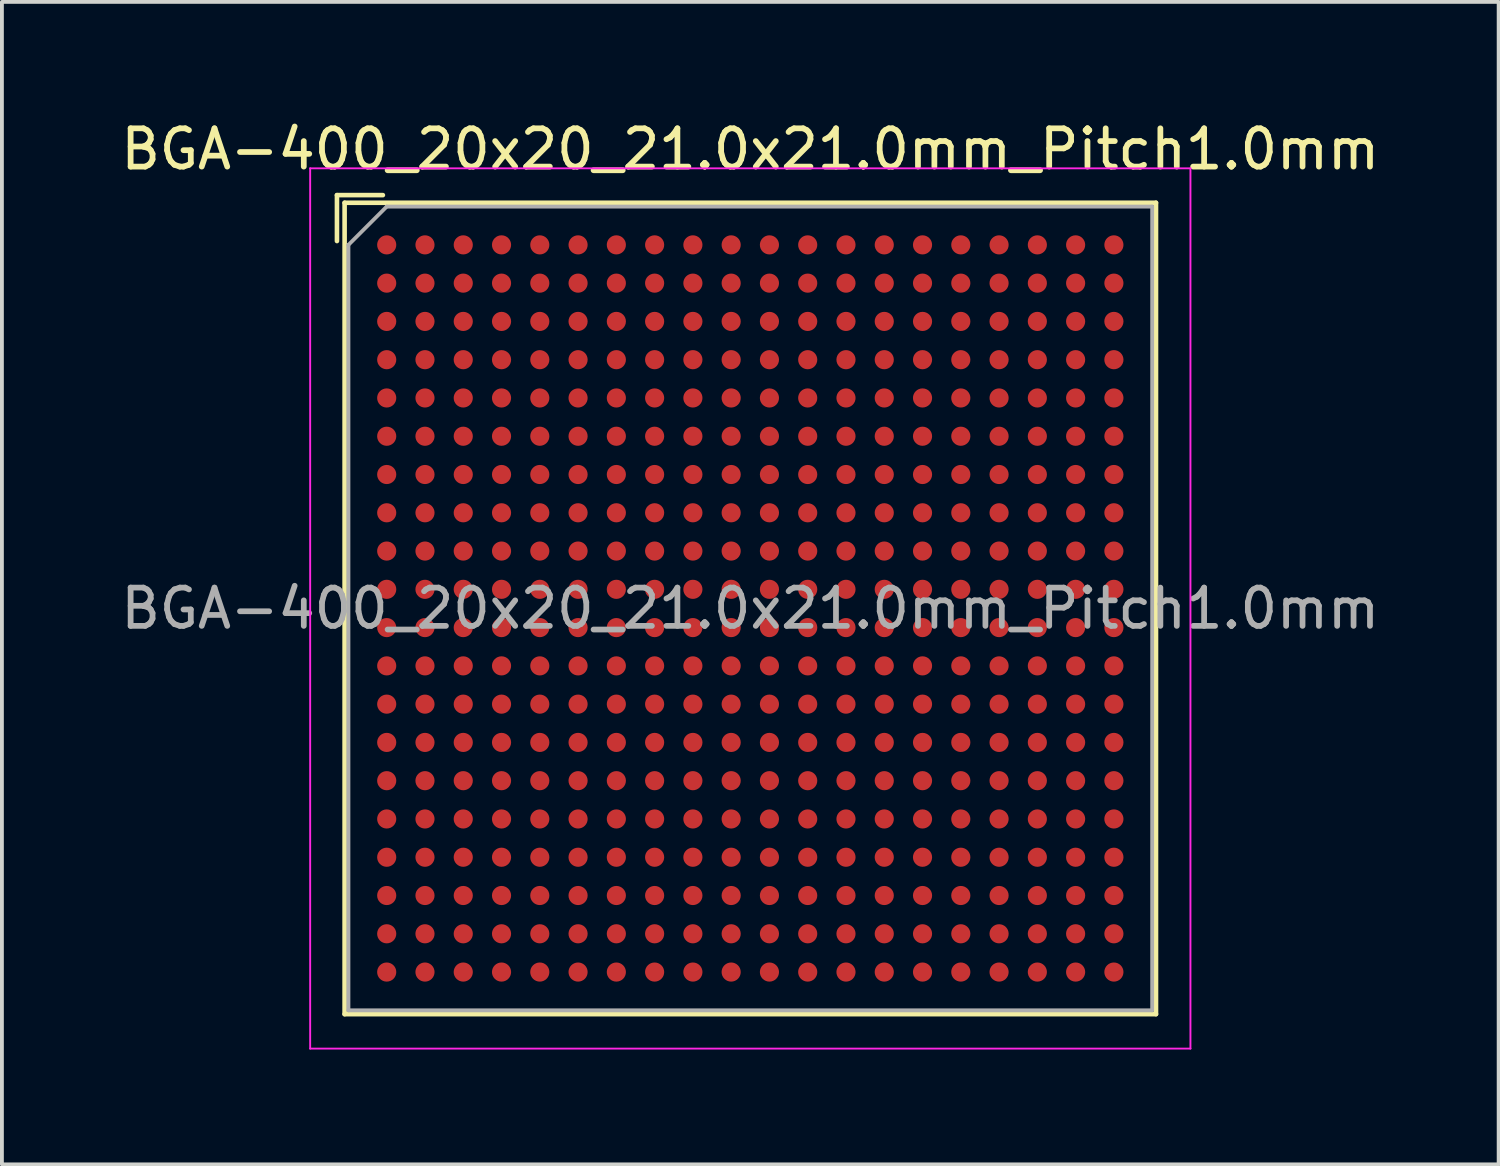
<source format=kicad_pcb>
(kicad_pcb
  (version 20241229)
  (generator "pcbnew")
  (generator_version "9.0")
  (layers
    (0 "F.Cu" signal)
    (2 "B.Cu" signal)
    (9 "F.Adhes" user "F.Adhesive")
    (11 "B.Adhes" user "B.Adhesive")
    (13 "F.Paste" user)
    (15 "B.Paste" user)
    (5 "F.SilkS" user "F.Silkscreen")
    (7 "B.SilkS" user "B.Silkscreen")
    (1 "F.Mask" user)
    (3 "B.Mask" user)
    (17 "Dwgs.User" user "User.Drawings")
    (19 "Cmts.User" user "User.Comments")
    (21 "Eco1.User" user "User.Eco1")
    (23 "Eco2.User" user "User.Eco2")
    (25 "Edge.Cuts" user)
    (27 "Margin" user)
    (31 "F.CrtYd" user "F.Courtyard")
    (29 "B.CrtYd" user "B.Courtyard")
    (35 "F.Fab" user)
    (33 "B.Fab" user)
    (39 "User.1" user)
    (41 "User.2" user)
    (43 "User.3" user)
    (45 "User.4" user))
  (footprint "BGA-400_20x20_21.0x21.0mm_Pitch1.0mm"
    (layer "F.Cu")
    (at 16.554 12.848)
    (property "Reference" "BGA-400_20x20_21.0x21.0mm_Pitch1.0mm" (at 0 -12 0) (layer "F.SilkS") (effects (font (size 1 1) (thickness 0.15))))
    (attr smd)
    (fp_line (start -10.8 -10.8) (end -9.6 -10.8) (stroke (width 0.12) (type solid)) (layer "F.SilkS"))
    (fp_line (start -10.8 -9.6) (end -10.8 -10.8) (stroke (width 0.12) (type solid)) (layer "F.SilkS"))
    (fp_line (start -10.6 -10.6) (end 10.6 -10.6) (stroke (width 0.12) (type solid)) (layer "F.SilkS"))
    (fp_line (start -10.6 10.6) (end -10.6 -10.6) (stroke (width 0.12) (type solid)) (layer "F.SilkS"))
    (fp_line (start 10.6 -10.6) (end 10.6 10.6) (stroke (width 0.12) (type solid)) (layer "F.SilkS"))
    (fp_line (start 10.6 10.6) (end -10.6 10.6) (stroke (width 0.12) (type solid)) (layer "F.SilkS"))
    (fp_line (start -11.5 -11.5) (end -11.5 11.5) (stroke (width 0.05) (type solid)) (layer "F.CrtYd"))
    (fp_line (start -11.5 -11.5) (end 11.5 -11.5) (stroke (width 0.05) (type solid)) (layer "F.CrtYd"))
    (fp_line (start 11.5 11.5) (end -11.5 11.5) (stroke (width 0.05) (type solid)) (layer "F.CrtYd"))
    (fp_line (start 11.5 11.5) (end 11.5 -11.5) (stroke (width 0.05) (type solid)) (layer "F.CrtYd"))
    (fp_line (start -10.5 -9.5) (end -9.5 -10.5) (stroke (width 0.1) (type solid)) (layer "F.Fab"))
    (fp_line (start -10.5 10.5) (end -10.5 -9.5) (stroke (width 0.1) (type solid)) (layer "F.Fab"))
    (fp_line (start -9.5 -10.5) (end 10.5 -10.5) (stroke (width 0.1) (type solid)) (layer "F.Fab"))
    (fp_line (start 10.5 -10.5) (end 10.5 10.5) (stroke (width 0.1) (type solid)) (layer "F.Fab"))
    (fp_line (start 10.5 10.5) (end -10.5 10.5) (stroke (width 0.1) (type solid)) (layer "F.Fab"))
    (fp_text user "${REFERENCE}" (at 0 0 0) (layer "F.Fab") (effects (font (size 1 1) (thickness 0.15))))
    (pad "A1" smd circle (at -9.5 -9.5) (size 0.5 0.5) (layers "F.Cu" "F.Mask" "F.Paste"))
    (pad "A2" smd circle (at -8.5 -9.5) (size 0.5 0.5) (layers "F.Cu" "F.Mask" "F.Paste"))
    (pad "A3" smd circle (at -7.5 -9.5) (size 0.5 0.5) (layers "F.Cu" "F.Mask" "F.Paste"))
    (pad "A4" smd circle (at -6.5 -9.5) (size 0.5 0.5) (layers "F.Cu" "F.Mask" "F.Paste"))
    (pad "A5" smd circle (at -5.5 -9.5) (size 0.5 0.5) (layers "F.Cu" "F.Mask" "F.Paste"))
    (pad "A6" smd circle (at -4.5 -9.5) (size 0.5 0.5) (layers "F.Cu" "F.Mask" "F.Paste"))
    (pad "A7" smd circle (at -3.5 -9.5) (size 0.5 0.5) (layers "F.Cu" "F.Mask" "F.Paste"))
    (pad "A8" smd circle (at -2.5 -9.5) (size 0.5 0.5) (layers "F.Cu" "F.Mask" "F.Paste"))
    (pad "A9" smd circle (at -1.5 -9.5) (size 0.5 0.5) (layers "F.Cu" "F.Mask" "F.Paste"))
    (pad "A10" smd circle (at -0.5 -9.5) (size 0.5 0.5) (layers "F.Cu" "F.Mask" "F.Paste"))
    (pad "A11" smd circle (at 0.5 -9.5) (size 0.5 0.5) (layers "F.Cu" "F.Mask" "F.Paste"))
    (pad "A12" smd circle (at 1.5 -9.5) (size 0.5 0.5) (layers "F.Cu" "F.Mask" "F.Paste"))
    (pad "A13" smd circle (at 2.5 -9.5) (size 0.5 0.5) (layers "F.Cu" "F.Mask" "F.Paste"))
    (pad "A14" smd circle (at 3.5 -9.5) (size 0.5 0.5) (layers "F.Cu" "F.Mask" "F.Paste"))
    (pad "A15" smd circle (at 4.5 -9.5) (size 0.5 0.5) (layers "F.Cu" "F.Mask" "F.Paste"))
    (pad "A16" smd circle (at 5.5 -9.5) (size 0.5 0.5) (layers "F.Cu" "F.Mask" "F.Paste"))
    (pad "A17" smd circle (at 6.5 -9.5) (size 0.5 0.5) (layers "F.Cu" "F.Mask" "F.Paste"))
    (pad "A18" smd circle (at 7.5 -9.5) (size 0.5 0.5) (layers "F.Cu" "F.Mask" "F.Paste"))
    (pad "A19" smd circle (at 8.5 -9.5) (size 0.5 0.5) (layers "F.Cu" "F.Mask" "F.Paste"))
    (pad "A20" smd circle (at 9.5 -9.5) (size 0.5 0.5) (layers "F.Cu" "F.Mask" "F.Paste"))
    (pad "B1" smd circle (at -9.5 -8.5) (size 0.5 0.5) (layers "F.Cu" "F.Mask" "F.Paste"))
    (pad "B2" smd circle (at -8.5 -8.5) (size 0.5 0.5) (layers "F.Cu" "F.Mask" "F.Paste"))
    (pad "B3" smd circle (at -7.5 -8.5) (size 0.5 0.5) (layers "F.Cu" "F.Mask" "F.Paste"))
    (pad "B4" smd circle (at -6.5 -8.5) (size 0.5 0.5) (layers "F.Cu" "F.Mask" "F.Paste"))
    (pad "B5" smd circle (at -5.5 -8.5) (size 0.5 0.5) (layers "F.Cu" "F.Mask" "F.Paste"))
    (pad "B6" smd circle (at -4.5 -8.5) (size 0.5 0.5) (layers "F.Cu" "F.Mask" "F.Paste"))
    (pad "B7" smd circle (at -3.5 -8.5) (size 0.5 0.5) (layers "F.Cu" "F.Mask" "F.Paste"))
    (pad "B8" smd circle (at -2.5 -8.5) (size 0.5 0.5) (layers "F.Cu" "F.Mask" "F.Paste"))
    (pad "B9" smd circle (at -1.5 -8.5) (size 0.5 0.5) (layers "F.Cu" "F.Mask" "F.Paste"))
    (pad "B10" smd circle (at -0.5 -8.5) (size 0.5 0.5) (layers "F.Cu" "F.Mask" "F.Paste"))
    (pad "B11" smd circle (at 0.5 -8.5) (size 0.5 0.5) (layers "F.Cu" "F.Mask" "F.Paste"))
    (pad "B12" smd circle (at 1.5 -8.5) (size 0.5 0.5) (layers "F.Cu" "F.Mask" "F.Paste"))
    (pad "B13" smd circle (at 2.5 -8.5) (size 0.5 0.5) (layers "F.Cu" "F.Mask" "F.Paste"))
    (pad "B14" smd circle (at 3.5 -8.5) (size 0.5 0.5) (layers "F.Cu" "F.Mask" "F.Paste"))
    (pad "B15" smd circle (at 4.5 -8.5) (size 0.5 0.5) (layers "F.Cu" "F.Mask" "F.Paste"))
    (pad "B16" smd circle (at 5.5 -8.5) (size 0.5 0.5) (layers "F.Cu" "F.Mask" "F.Paste"))
    (pad "B17" smd circle (at 6.5 -8.5) (size 0.5 0.5) (layers "F.Cu" "F.Mask" "F.Paste"))
    (pad "B18" smd circle (at 7.5 -8.5) (size 0.5 0.5) (layers "F.Cu" "F.Mask" "F.Paste"))
    (pad "B19" smd circle (at 8.5 -8.5) (size 0.5 0.5) (layers "F.Cu" "F.Mask" "F.Paste"))
    (pad "B20" smd circle (at 9.5 -8.5) (size 0.5 0.5) (layers "F.Cu" "F.Mask" "F.Paste"))
    (pad "C1" smd circle (at -9.5 -7.5) (size 0.5 0.5) (layers "F.Cu" "F.Mask" "F.Paste"))
    (pad "C2" smd circle (at -8.5 -7.5) (size 0.5 0.5) (layers "F.Cu" "F.Mask" "F.Paste"))
    (pad "C3" smd circle (at -7.5 -7.5) (size 0.5 0.5) (layers "F.Cu" "F.Mask" "F.Paste"))
    (pad "C4" smd circle (at -6.5 -7.5) (size 0.5 0.5) (layers "F.Cu" "F.Mask" "F.Paste"))
    (pad "C5" smd circle (at -5.5 -7.5) (size 0.5 0.5) (layers "F.Cu" "F.Mask" "F.Paste"))
    (pad "C6" smd circle (at -4.5 -7.5) (size 0.5 0.5) (layers "F.Cu" "F.Mask" "F.Paste"))
    (pad "C7" smd circle (at -3.5 -7.5) (size 0.5 0.5) (layers "F.Cu" "F.Mask" "F.Paste"))
    (pad "C8" smd circle (at -2.5 -7.5) (size 0.5 0.5) (layers "F.Cu" "F.Mask" "F.Paste"))
    (pad "C9" smd circle (at -1.5 -7.5) (size 0.5 0.5) (layers "F.Cu" "F.Mask" "F.Paste"))
    (pad "C10" smd circle (at -0.5 -7.5) (size 0.5 0.5) (layers "F.Cu" "F.Mask" "F.Paste"))
    (pad "C11" smd circle (at 0.5 -7.5) (size 0.5 0.5) (layers "F.Cu" "F.Mask" "F.Paste"))
    (pad "C12" smd circle (at 1.5 -7.5) (size 0.5 0.5) (layers "F.Cu" "F.Mask" "F.Paste"))
    (pad "C13" smd circle (at 2.5 -7.5) (size 0.5 0.5) (layers "F.Cu" "F.Mask" "F.Paste"))
    (pad "C14" smd circle (at 3.5 -7.5) (size 0.5 0.5) (layers "F.Cu" "F.Mask" "F.Paste"))
    (pad "C15" smd circle (at 4.5 -7.5) (size 0.5 0.5) (layers "F.Cu" "F.Mask" "F.Paste"))
    (pad "C16" smd circle (at 5.5 -7.5) (size 0.5 0.5) (layers "F.Cu" "F.Mask" "F.Paste"))
    (pad "C17" smd circle (at 6.5 -7.5) (size 0.5 0.5) (layers "F.Cu" "F.Mask" "F.Paste"))
    (pad "C18" smd circle (at 7.5 -7.5) (size 0.5 0.5) (layers "F.Cu" "F.Mask" "F.Paste"))
    (pad "C19" smd circle (at 8.5 -7.5) (size 0.5 0.5) (layers "F.Cu" "F.Mask" "F.Paste"))
    (pad "C20" smd circle (at 9.5 -7.5) (size 0.5 0.5) (layers "F.Cu" "F.Mask" "F.Paste"))
    (pad "D1" smd circle (at -9.5 -6.5) (size 0.5 0.5) (layers "F.Cu" "F.Mask" "F.Paste"))
    (pad "D2" smd circle (at -8.5 -6.5) (size 0.5 0.5) (layers "F.Cu" "F.Mask" "F.Paste"))
    (pad "D3" smd circle (at -7.5 -6.5) (size 0.5 0.5) (layers "F.Cu" "F.Mask" "F.Paste"))
    (pad "D4" smd circle (at -6.5 -6.5) (size 0.5 0.5) (layers "F.Cu" "F.Mask" "F.Paste"))
    (pad "D5" smd circle (at -5.5 -6.5) (size 0.5 0.5) (layers "F.Cu" "F.Mask" "F.Paste"))
    (pad "D6" smd circle (at -4.5 -6.5) (size 0.5 0.5) (layers "F.Cu" "F.Mask" "F.Paste"))
    (pad "D7" smd circle (at -3.5 -6.5) (size 0.5 0.5) (layers "F.Cu" "F.Mask" "F.Paste"))
    (pad "D8" smd circle (at -2.5 -6.5) (size 0.5 0.5) (layers "F.Cu" "F.Mask" "F.Paste"))
    (pad "D9" smd circle (at -1.5 -6.5) (size 0.5 0.5) (layers "F.Cu" "F.Mask" "F.Paste"))
    (pad "D10" smd circle (at -0.5 -6.5) (size 0.5 0.5) (layers "F.Cu" "F.Mask" "F.Paste"))
    (pad "D11" smd circle (at 0.5 -6.5) (size 0.5 0.5) (layers "F.Cu" "F.Mask" "F.Paste"))
    (pad "D12" smd circle (at 1.5 -6.5) (size 0.5 0.5) (layers "F.Cu" "F.Mask" "F.Paste"))
    (pad "D13" smd circle (at 2.5 -6.5) (size 0.5 0.5) (layers "F.Cu" "F.Mask" "F.Paste"))
    (pad "D14" smd circle (at 3.5 -6.5) (size 0.5 0.5) (layers "F.Cu" "F.Mask" "F.Paste"))
    (pad "D15" smd circle (at 4.5 -6.5) (size 0.5 0.5) (layers "F.Cu" "F.Mask" "F.Paste"))
    (pad "D16" smd circle (at 5.5 -6.5) (size 0.5 0.5) (layers "F.Cu" "F.Mask" "F.Paste"))
    (pad "D17" smd circle (at 6.5 -6.5) (size 0.5 0.5) (layers "F.Cu" "F.Mask" "F.Paste"))
    (pad "D18" smd circle (at 7.5 -6.5) (size 0.5 0.5) (layers "F.Cu" "F.Mask" "F.Paste"))
    (pad "D19" smd circle (at 8.5 -6.5) (size 0.5 0.5) (layers "F.Cu" "F.Mask" "F.Paste"))
    (pad "D20" smd circle (at 9.5 -6.5) (size 0.5 0.5) (layers "F.Cu" "F.Mask" "F.Paste"))
    (pad "E1" smd circle (at -9.5 -5.5) (size 0.5 0.5) (layers "F.Cu" "F.Mask" "F.Paste"))
    (pad "E2" smd circle (at -8.5 -5.5) (size 0.5 0.5) (layers "F.Cu" "F.Mask" "F.Paste"))
    (pad "E3" smd circle (at -7.5 -5.5) (size 0.5 0.5) (layers "F.Cu" "F.Mask" "F.Paste"))
    (pad "E4" smd circle (at -6.5 -5.5) (size 0.5 0.5) (layers "F.Cu" "F.Mask" "F.Paste"))
    (pad "E5" smd circle (at -5.5 -5.5) (size 0.5 0.5) (layers "F.Cu" "F.Mask" "F.Paste"))
    (pad "E6" smd circle (at -4.5 -5.5) (size 0.5 0.5) (layers "F.Cu" "F.Mask" "F.Paste"))
    (pad "E7" smd circle (at -3.5 -5.5) (size 0.5 0.5) (layers "F.Cu" "F.Mask" "F.Paste"))
    (pad "E8" smd circle (at -2.5 -5.5) (size 0.5 0.5) (layers "F.Cu" "F.Mask" "F.Paste"))
    (pad "E9" smd circle (at -1.5 -5.5) (size 0.5 0.5) (layers "F.Cu" "F.Mask" "F.Paste"))
    (pad "E10" smd circle (at -0.5 -5.5) (size 0.5 0.5) (layers "F.Cu" "F.Mask" "F.Paste"))
    (pad "E11" smd circle (at 0.5 -5.5) (size 0.5 0.5) (layers "F.Cu" "F.Mask" "F.Paste"))
    (pad "E12" smd circle (at 1.5 -5.5) (size 0.5 0.5) (layers "F.Cu" "F.Mask" "F.Paste"))
    (pad "E13" smd circle (at 2.5 -5.5) (size 0.5 0.5) (layers "F.Cu" "F.Mask" "F.Paste"))
    (pad "E14" smd circle (at 3.5 -5.5) (size 0.5 0.5) (layers "F.Cu" "F.Mask" "F.Paste"))
    (pad "E15" smd circle (at 4.5 -5.5) (size 0.5 0.5) (layers "F.Cu" "F.Mask" "F.Paste"))
    (pad "E16" smd circle (at 5.5 -5.5) (size 0.5 0.5) (layers "F.Cu" "F.Mask" "F.Paste"))
    (pad "E17" smd circle (at 6.5 -5.5) (size 0.5 0.5) (layers "F.Cu" "F.Mask" "F.Paste"))
    (pad "E18" smd circle (at 7.5 -5.5) (size 0.5 0.5) (layers "F.Cu" "F.Mask" "F.Paste"))
    (pad "E19" smd circle (at 8.5 -5.5) (size 0.5 0.5) (layers "F.Cu" "F.Mask" "F.Paste"))
    (pad "E20" smd circle (at 9.5 -5.5) (size 0.5 0.5) (layers "F.Cu" "F.Mask" "F.Paste"))
    (pad "F1" smd circle (at -9.5 -4.5) (size 0.5 0.5) (layers "F.Cu" "F.Mask" "F.Paste"))
    (pad "F2" smd circle (at -8.5 -4.5) (size 0.5 0.5) (layers "F.Cu" "F.Mask" "F.Paste"))
    (pad "F3" smd circle (at -7.5 -4.5) (size 0.5 0.5) (layers "F.Cu" "F.Mask" "F.Paste"))
    (pad "F4" smd circle (at -6.5 -4.5) (size 0.5 0.5) (layers "F.Cu" "F.Mask" "F.Paste"))
    (pad "F5" smd circle (at -5.5 -4.5) (size 0.5 0.5) (layers "F.Cu" "F.Mask" "F.Paste"))
    (pad "F6" smd circle (at -4.5 -4.5) (size 0.5 0.5) (layers "F.Cu" "F.Mask" "F.Paste"))
    (pad "F7" smd circle (at -3.5 -4.5) (size 0.5 0.5) (layers "F.Cu" "F.Mask" "F.Paste"))
    (pad "F8" smd circle (at -2.5 -4.5) (size 0.5 0.5) (layers "F.Cu" "F.Mask" "F.Paste"))
    (pad "F9" smd circle (at -1.5 -4.5) (size 0.5 0.5) (layers "F.Cu" "F.Mask" "F.Paste"))
    (pad "F10" smd circle (at -0.5 -4.5) (size 0.5 0.5) (layers "F.Cu" "F.Mask" "F.Paste"))
    (pad "F11" smd circle (at 0.5 -4.5) (size 0.5 0.5) (layers "F.Cu" "F.Mask" "F.Paste"))
    (pad "F12" smd circle (at 1.5 -4.5) (size 0.5 0.5) (layers "F.Cu" "F.Mask" "F.Paste"))
    (pad "F13" smd circle (at 2.5 -4.5) (size 0.5 0.5) (layers "F.Cu" "F.Mask" "F.Paste"))
    (pad "F14" smd circle (at 3.5 -4.5) (size 0.5 0.5) (layers "F.Cu" "F.Mask" "F.Paste"))
    (pad "F15" smd circle (at 4.5 -4.5) (size 0.5 0.5) (layers "F.Cu" "F.Mask" "F.Paste"))
    (pad "F16" smd circle (at 5.5 -4.5) (size 0.5 0.5) (layers "F.Cu" "F.Mask" "F.Paste"))
    (pad "F17" smd circle (at 6.5 -4.5) (size 0.5 0.5) (layers "F.Cu" "F.Mask" "F.Paste"))
    (pad "F18" smd circle (at 7.5 -4.5) (size 0.5 0.5) (layers "F.Cu" "F.Mask" "F.Paste"))
    (pad "F19" smd circle (at 8.5 -4.5) (size 0.5 0.5) (layers "F.Cu" "F.Mask" "F.Paste"))
    (pad "F20" smd circle (at 9.5 -4.5) (size 0.5 0.5) (layers "F.Cu" "F.Mask" "F.Paste"))
    (pad "G1" smd circle (at -9.5 -3.5) (size 0.5 0.5) (layers "F.Cu" "F.Mask" "F.Paste"))
    (pad "G2" smd circle (at -8.5 -3.5) (size 0.5 0.5) (layers "F.Cu" "F.Mask" "F.Paste"))
    (pad "G3" smd circle (at -7.5 -3.5) (size 0.5 0.5) (layers "F.Cu" "F.Mask" "F.Paste"))
    (pad "G4" smd circle (at -6.5 -3.5) (size 0.5 0.5) (layers "F.Cu" "F.Mask" "F.Paste"))
    (pad "G5" smd circle (at -5.5 -3.5) (size 0.5 0.5) (layers "F.Cu" "F.Mask" "F.Paste"))
    (pad "G6" smd circle (at -4.5 -3.5) (size 0.5 0.5) (layers "F.Cu" "F.Mask" "F.Paste"))
    (pad "G7" smd circle (at -3.5 -3.5) (size 0.5 0.5) (layers "F.Cu" "F.Mask" "F.Paste"))
    (pad "G8" smd circle (at -2.5 -3.5) (size 0.5 0.5) (layers "F.Cu" "F.Mask" "F.Paste"))
    (pad "G9" smd circle (at -1.5 -3.5) (size 0.5 0.5) (layers "F.Cu" "F.Mask" "F.Paste"))
    (pad "G10" smd circle (at -0.5 -3.5) (size 0.5 0.5) (layers "F.Cu" "F.Mask" "F.Paste"))
    (pad "G11" smd circle (at 0.5 -3.5) (size 0.5 0.5) (layers "F.Cu" "F.Mask" "F.Paste"))
    (pad "G12" smd circle (at 1.5 -3.5) (size 0.5 0.5) (layers "F.Cu" "F.Mask" "F.Paste"))
    (pad "G13" smd circle (at 2.5 -3.5) (size 0.5 0.5) (layers "F.Cu" "F.Mask" "F.Paste"))
    (pad "G14" smd circle (at 3.5 -3.5) (size 0.5 0.5) (layers "F.Cu" "F.Mask" "F.Paste"))
    (pad "G15" smd circle (at 4.5 -3.5) (size 0.5 0.5) (layers "F.Cu" "F.Mask" "F.Paste"))
    (pad "G16" smd circle (at 5.5 -3.5) (size 0.5 0.5) (layers "F.Cu" "F.Mask" "F.Paste"))
    (pad "G17" smd circle (at 6.5 -3.5) (size 0.5 0.5) (layers "F.Cu" "F.Mask" "F.Paste"))
    (pad "G18" smd circle (at 7.5 -3.5) (size 0.5 0.5) (layers "F.Cu" "F.Mask" "F.Paste"))
    (pad "G19" smd circle (at 8.5 -3.5) (size 0.5 0.5) (layers "F.Cu" "F.Mask" "F.Paste"))
    (pad "G20" smd circle (at 9.5 -3.5) (size 0.5 0.5) (layers "F.Cu" "F.Mask" "F.Paste"))
    (pad "H1" smd circle (at -9.5 -2.5) (size 0.5 0.5) (layers "F.Cu" "F.Mask" "F.Paste"))
    (pad "H2" smd circle (at -8.5 -2.5) (size 0.5 0.5) (layers "F.Cu" "F.Mask" "F.Paste"))
    (pad "H3" smd circle (at -7.5 -2.5) (size 0.5 0.5) (layers "F.Cu" "F.Mask" "F.Paste"))
    (pad "H4" smd circle (at -6.5 -2.5) (size 0.5 0.5) (layers "F.Cu" "F.Mask" "F.Paste"))
    (pad "H5" smd circle (at -5.5 -2.5) (size 0.5 0.5) (layers "F.Cu" "F.Mask" "F.Paste"))
    (pad "H6" smd circle (at -4.5 -2.5) (size 0.5 0.5) (layers "F.Cu" "F.Mask" "F.Paste"))
    (pad "H7" smd circle (at -3.5 -2.5) (size 0.5 0.5) (layers "F.Cu" "F.Mask" "F.Paste"))
    (pad "H8" smd circle (at -2.5 -2.5) (size 0.5 0.5) (layers "F.Cu" "F.Mask" "F.Paste"))
    (pad "H9" smd circle (at -1.5 -2.5) (size 0.5 0.5) (layers "F.Cu" "F.Mask" "F.Paste"))
    (pad "H10" smd circle (at -0.5 -2.5) (size 0.5 0.5) (layers "F.Cu" "F.Mask" "F.Paste"))
    (pad "H11" smd circle (at 0.5 -2.5) (size 0.5 0.5) (layers "F.Cu" "F.Mask" "F.Paste"))
    (pad "H12" smd circle (at 1.5 -2.5) (size 0.5 0.5) (layers "F.Cu" "F.Mask" "F.Paste"))
    (pad "H13" smd circle (at 2.5 -2.5) (size 0.5 0.5) (layers "F.Cu" "F.Mask" "F.Paste"))
    (pad "H14" smd circle (at 3.5 -2.5) (size 0.5 0.5) (layers "F.Cu" "F.Mask" "F.Paste"))
    (pad "H15" smd circle (at 4.5 -2.5) (size 0.5 0.5) (layers "F.Cu" "F.Mask" "F.Paste"))
    (pad "H16" smd circle (at 5.5 -2.5) (size 0.5 0.5) (layers "F.Cu" "F.Mask" "F.Paste"))
    (pad "H17" smd circle (at 6.5 -2.5) (size 0.5 0.5) (layers "F.Cu" "F.Mask" "F.Paste"))
    (pad "H18" smd circle (at 7.5 -2.5) (size 0.5 0.5) (layers "F.Cu" "F.Mask" "F.Paste"))
    (pad "H19" smd circle (at 8.5 -2.5) (size 0.5 0.5) (layers "F.Cu" "F.Mask" "F.Paste"))
    (pad "H20" smd circle (at 9.5 -2.5) (size 0.5 0.5) (layers "F.Cu" "F.Mask" "F.Paste"))
    (pad "J1" smd circle (at -9.5 -1.5) (size 0.5 0.5) (layers "F.Cu" "F.Mask" "F.Paste"))
    (pad "J2" smd circle (at -8.5 -1.5) (size 0.5 0.5) (layers "F.Cu" "F.Mask" "F.Paste"))
    (pad "J3" smd circle (at -7.5 -1.5) (size 0.5 0.5) (layers "F.Cu" "F.Mask" "F.Paste"))
    (pad "J4" smd circle (at -6.5 -1.5) (size 0.5 0.5) (layers "F.Cu" "F.Mask" "F.Paste"))
    (pad "J5" smd circle (at -5.5 -1.5) (size 0.5 0.5) (layers "F.Cu" "F.Mask" "F.Paste"))
    (pad "J6" smd circle (at -4.5 -1.5) (size 0.5 0.5) (layers "F.Cu" "F.Mask" "F.Paste"))
    (pad "J7" smd circle (at -3.5 -1.5) (size 0.5 0.5) (layers "F.Cu" "F.Mask" "F.Paste"))
    (pad "J8" smd circle (at -2.5 -1.5) (size 0.5 0.5) (layers "F.Cu" "F.Mask" "F.Paste"))
    (pad "J9" smd circle (at -1.5 -1.5) (size 0.5 0.5) (layers "F.Cu" "F.Mask" "F.Paste"))
    (pad "J10" smd circle (at -0.5 -1.5) (size 0.5 0.5) (layers "F.Cu" "F.Mask" "F.Paste"))
    (pad "J11" smd circle (at 0.5 -1.5) (size 0.5 0.5) (layers "F.Cu" "F.Mask" "F.Paste"))
    (pad "J12" smd circle (at 1.5 -1.5) (size 0.5 0.5) (layers "F.Cu" "F.Mask" "F.Paste"))
    (pad "J13" smd circle (at 2.5 -1.5) (size 0.5 0.5) (layers "F.Cu" "F.Mask" "F.Paste"))
    (pad "J14" smd circle (at 3.5 -1.5) (size 0.5 0.5) (layers "F.Cu" "F.Mask" "F.Paste"))
    (pad "J15" smd circle (at 4.5 -1.5) (size 0.5 0.5) (layers "F.Cu" "F.Mask" "F.Paste"))
    (pad "J16" smd circle (at 5.5 -1.5) (size 0.5 0.5) (layers "F.Cu" "F.Mask" "F.Paste"))
    (pad "J17" smd circle (at 6.5 -1.5) (size 0.5 0.5) (layers "F.Cu" "F.Mask" "F.Paste"))
    (pad "J18" smd circle (at 7.5 -1.5) (size 0.5 0.5) (layers "F.Cu" "F.Mask" "F.Paste"))
    (pad "J19" smd circle (at 8.5 -1.5) (size 0.5 0.5) (layers "F.Cu" "F.Mask" "F.Paste"))
    (pad "J20" smd circle (at 9.5 -1.5) (size 0.5 0.5) (layers "F.Cu" "F.Mask" "F.Paste"))
    (pad "K1" smd circle (at -9.5 -0.5) (size 0.5 0.5) (layers "F.Cu" "F.Mask" "F.Paste"))
    (pad "K2" smd circle (at -8.5 -0.5) (size 0.5 0.5) (layers "F.Cu" "F.Mask" "F.Paste"))
    (pad "K3" smd circle (at -7.5 -0.5) (size 0.5 0.5) (layers "F.Cu" "F.Mask" "F.Paste"))
    (pad "K4" smd circle (at -6.5 -0.5) (size 0.5 0.5) (layers "F.Cu" "F.Mask" "F.Paste"))
    (pad "K5" smd circle (at -5.5 -0.5) (size 0.5 0.5) (layers "F.Cu" "F.Mask" "F.Paste"))
    (pad "K6" smd circle (at -4.5 -0.5) (size 0.5 0.5) (layers "F.Cu" "F.Mask" "F.Paste"))
    (pad "K7" smd circle (at -3.5 -0.5) (size 0.5 0.5) (layers "F.Cu" "F.Mask" "F.Paste"))
    (pad "K8" smd circle (at -2.5 -0.5) (size 0.5 0.5) (layers "F.Cu" "F.Mask" "F.Paste"))
    (pad "K9" smd circle (at -1.5 -0.5) (size 0.5 0.5) (layers "F.Cu" "F.Mask" "F.Paste"))
    (pad "K10" smd circle (at -0.5 -0.5) (size 0.5 0.5) (layers "F.Cu" "F.Mask" "F.Paste"))
    (pad "K11" smd circle (at 0.5 -0.5) (size 0.5 0.5) (layers "F.Cu" "F.Mask" "F.Paste"))
    (pad "K12" smd circle (at 1.5 -0.5) (size 0.5 0.5) (layers "F.Cu" "F.Mask" "F.Paste"))
    (pad "K13" smd circle (at 2.5 -0.5) (size 0.5 0.5) (layers "F.Cu" "F.Mask" "F.Paste"))
    (pad "K14" smd circle (at 3.5 -0.5) (size 0.5 0.5) (layers "F.Cu" "F.Mask" "F.Paste"))
    (pad "K15" smd circle (at 4.5 -0.5) (size 0.5 0.5) (layers "F.Cu" "F.Mask" "F.Paste"))
    (pad "K16" smd circle (at 5.5 -0.5) (size 0.5 0.5) (layers "F.Cu" "F.Mask" "F.Paste"))
    (pad "K17" smd circle (at 6.5 -0.5) (size 0.5 0.5) (layers "F.Cu" "F.Mask" "F.Paste"))
    (pad "K18" smd circle (at 7.5 -0.5) (size 0.5 0.5) (layers "F.Cu" "F.Mask" "F.Paste"))
    (pad "K19" smd circle (at 8.5 -0.5) (size 0.5 0.5) (layers "F.Cu" "F.Mask" "F.Paste"))
    (pad "K20" smd circle (at 9.5 -0.5) (size 0.5 0.5) (layers "F.Cu" "F.Mask" "F.Paste"))
    (pad "L1" smd circle (at -9.5 0.5) (size 0.5 0.5) (layers "F.Cu" "F.Mask" "F.Paste"))
    (pad "L2" smd circle (at -8.5 0.5) (size 0.5 0.5) (layers "F.Cu" "F.Mask" "F.Paste"))
    (pad "L3" smd circle (at -7.5 0.5) (size 0.5 0.5) (layers "F.Cu" "F.Mask" "F.Paste"))
    (pad "L4" smd circle (at -6.5 0.5) (size 0.5 0.5) (layers "F.Cu" "F.Mask" "F.Paste"))
    (pad "L5" smd circle (at -5.5 0.5) (size 0.5 0.5) (layers "F.Cu" "F.Mask" "F.Paste"))
    (pad "L6" smd circle (at -4.5 0.5) (size 0.5 0.5) (layers "F.Cu" "F.Mask" "F.Paste"))
    (pad "L7" smd circle (at -3.5 0.5) (size 0.5 0.5) (layers "F.Cu" "F.Mask" "F.Paste"))
    (pad "L8" smd circle (at -2.5 0.5) (size 0.5 0.5) (layers "F.Cu" "F.Mask" "F.Paste"))
    (pad "L9" smd circle (at -1.5 0.5) (size 0.5 0.5) (layers "F.Cu" "F.Mask" "F.Paste"))
    (pad "L10" smd circle (at -0.5 0.5) (size 0.5 0.5) (layers "F.Cu" "F.Mask" "F.Paste"))
    (pad "L11" smd circle (at 0.5 0.5) (size 0.5 0.5) (layers "F.Cu" "F.Mask" "F.Paste"))
    (pad "L12" smd circle (at 1.5 0.5) (size 0.5 0.5) (layers "F.Cu" "F.Mask" "F.Paste"))
    (pad "L13" smd circle (at 2.5 0.5) (size 0.5 0.5) (layers "F.Cu" "F.Mask" "F.Paste"))
    (pad "L14" smd circle (at 3.5 0.5) (size 0.5 0.5) (layers "F.Cu" "F.Mask" "F.Paste"))
    (pad "L15" smd circle (at 4.5 0.5) (size 0.5 0.5) (layers "F.Cu" "F.Mask" "F.Paste"))
    (pad "L16" smd circle (at 5.5 0.5) (size 0.5 0.5) (layers "F.Cu" "F.Mask" "F.Paste"))
    (pad "L17" smd circle (at 6.5 0.5) (size 0.5 0.5) (layers "F.Cu" "F.Mask" "F.Paste"))
    (pad "L18" smd circle (at 7.5 0.5) (size 0.5 0.5) (layers "F.Cu" "F.Mask" "F.Paste"))
    (pad "L19" smd circle (at 8.5 0.5) (size 0.5 0.5) (layers "F.Cu" "F.Mask" "F.Paste"))
    (pad "L20" smd circle (at 9.5 0.5) (size 0.5 0.5) (layers "F.Cu" "F.Mask" "F.Paste"))
    (pad "M1" smd circle (at -9.5 1.5) (size 0.5 0.5) (layers "F.Cu" "F.Mask" "F.Paste"))
    (pad "M2" smd circle (at -8.5 1.5) (size 0.5 0.5) (layers "F.Cu" "F.Mask" "F.Paste"))
    (pad "M3" smd circle (at -7.5 1.5) (size 0.5 0.5) (layers "F.Cu" "F.Mask" "F.Paste"))
    (pad "M4" smd circle (at -6.5 1.5) (size 0.5 0.5) (layers "F.Cu" "F.Mask" "F.Paste"))
    (pad "M5" smd circle (at -5.5 1.5) (size 0.5 0.5) (layers "F.Cu" "F.Mask" "F.Paste"))
    (pad "M6" smd circle (at -4.5 1.5) (size 0.5 0.5) (layers "F.Cu" "F.Mask" "F.Paste"))
    (pad "M7" smd circle (at -3.5 1.5) (size 0.5 0.5) (layers "F.Cu" "F.Mask" "F.Paste"))
    (pad "M8" smd circle (at -2.5 1.5) (size 0.5 0.5) (layers "F.Cu" "F.Mask" "F.Paste"))
    (pad "M9" smd circle (at -1.5 1.5) (size 0.5 0.5) (layers "F.Cu" "F.Mask" "F.Paste"))
    (pad "M10" smd circle (at -0.5 1.5) (size 0.5 0.5) (layers "F.Cu" "F.Mask" "F.Paste"))
    (pad "M11" smd circle (at 0.5 1.5) (size 0.5 0.5) (layers "F.Cu" "F.Mask" "F.Paste"))
    (pad "M12" smd circle (at 1.5 1.5) (size 0.5 0.5) (layers "F.Cu" "F.Mask" "F.Paste"))
    (pad "M13" smd circle (at 2.5 1.5) (size 0.5 0.5) (layers "F.Cu" "F.Mask" "F.Paste"))
    (pad "M14" smd circle (at 3.5 1.5) (size 0.5 0.5) (layers "F.Cu" "F.Mask" "F.Paste"))
    (pad "M15" smd circle (at 4.5 1.5) (size 0.5 0.5) (layers "F.Cu" "F.Mask" "F.Paste"))
    (pad "M16" smd circle (at 5.5 1.5) (size 0.5 0.5) (layers "F.Cu" "F.Mask" "F.Paste"))
    (pad "M17" smd circle (at 6.5 1.5) (size 0.5 0.5) (layers "F.Cu" "F.Mask" "F.Paste"))
    (pad "M18" smd circle (at 7.5 1.5) (size 0.5 0.5) (layers "F.Cu" "F.Mask" "F.Paste"))
    (pad "M19" smd circle (at 8.5 1.5) (size 0.5 0.5) (layers "F.Cu" "F.Mask" "F.Paste"))
    (pad "M20" smd circle (at 9.5 1.5) (size 0.5 0.5) (layers "F.Cu" "F.Mask" "F.Paste"))
    (pad "N1" smd circle (at -9.5 2.5) (size 0.5 0.5) (layers "F.Cu" "F.Mask" "F.Paste"))
    (pad "N2" smd circle (at -8.5 2.5) (size 0.5 0.5) (layers "F.Cu" "F.Mask" "F.Paste"))
    (pad "N3" smd circle (at -7.5 2.5) (size 0.5 0.5) (layers "F.Cu" "F.Mask" "F.Paste"))
    (pad "N4" smd circle (at -6.5 2.5) (size 0.5 0.5) (layers "F.Cu" "F.Mask" "F.Paste"))
    (pad "N5" smd circle (at -5.5 2.5) (size 0.5 0.5) (layers "F.Cu" "F.Mask" "F.Paste"))
    (pad "N6" smd circle (at -4.5 2.5) (size 0.5 0.5) (layers "F.Cu" "F.Mask" "F.Paste"))
    (pad "N7" smd circle (at -3.5 2.5) (size 0.5 0.5) (layers "F.Cu" "F.Mask" "F.Paste"))
    (pad "N8" smd circle (at -2.5 2.5) (size 0.5 0.5) (layers "F.Cu" "F.Mask" "F.Paste"))
    (pad "N9" smd circle (at -1.5 2.5) (size 0.5 0.5) (layers "F.Cu" "F.Mask" "F.Paste"))
    (pad "N10" smd circle (at -0.5 2.5) (size 0.5 0.5) (layers "F.Cu" "F.Mask" "F.Paste"))
    (pad "N11" smd circle (at 0.5 2.5) (size 0.5 0.5) (layers "F.Cu" "F.Mask" "F.Paste"))
    (pad "N12" smd circle (at 1.5 2.5) (size 0.5 0.5) (layers "F.Cu" "F.Mask" "F.Paste"))
    (pad "N13" smd circle (at 2.5 2.5) (size 0.5 0.5) (layers "F.Cu" "F.Mask" "F.Paste"))
    (pad "N14" smd circle (at 3.5 2.5) (size 0.5 0.5) (layers "F.Cu" "F.Mask" "F.Paste"))
    (pad "N15" smd circle (at 4.5 2.5) (size 0.5 0.5) (layers "F.Cu" "F.Mask" "F.Paste"))
    (pad "N16" smd circle (at 5.5 2.5) (size 0.5 0.5) (layers "F.Cu" "F.Mask" "F.Paste"))
    (pad "N17" smd circle (at 6.5 2.5) (size 0.5 0.5) (layers "F.Cu" "F.Mask" "F.Paste"))
    (pad "N18" smd circle (at 7.5 2.5) (size 0.5 0.5) (layers "F.Cu" "F.Mask" "F.Paste"))
    (pad "N19" smd circle (at 8.5 2.5) (size 0.5 0.5) (layers "F.Cu" "F.Mask" "F.Paste"))
    (pad "N20" smd circle (at 9.5 2.5) (size 0.5 0.5) (layers "F.Cu" "F.Mask" "F.Paste"))
    (pad "P1" smd circle (at -9.5 3.5) (size 0.5 0.5) (layers "F.Cu" "F.Mask" "F.Paste"))
    (pad "P2" smd circle (at -8.5 3.5) (size 0.5 0.5) (layers "F.Cu" "F.Mask" "F.Paste"))
    (pad "P3" smd circle (at -7.5 3.5) (size 0.5 0.5) (layers "F.Cu" "F.Mask" "F.Paste"))
    (pad "P4" smd circle (at -6.5 3.5) (size 0.5 0.5) (layers "F.Cu" "F.Mask" "F.Paste"))
    (pad "P5" smd circle (at -5.5 3.5) (size 0.5 0.5) (layers "F.Cu" "F.Mask" "F.Paste"))
    (pad "P6" smd circle (at -4.5 3.5) (size 0.5 0.5) (layers "F.Cu" "F.Mask" "F.Paste"))
    (pad "P7" smd circle (at -3.5 3.5) (size 0.5 0.5) (layers "F.Cu" "F.Mask" "F.Paste"))
    (pad "P8" smd circle (at -2.5 3.5) (size 0.5 0.5) (layers "F.Cu" "F.Mask" "F.Paste"))
    (pad "P9" smd circle (at -1.5 3.5) (size 0.5 0.5) (layers "F.Cu" "F.Mask" "F.Paste"))
    (pad "P10" smd circle (at -0.5 3.5) (size 0.5 0.5) (layers "F.Cu" "F.Mask" "F.Paste"))
    (pad "P11" smd circle (at 0.5 3.5) (size 0.5 0.5) (layers "F.Cu" "F.Mask" "F.Paste"))
    (pad "P12" smd circle (at 1.5 3.5) (size 0.5 0.5) (layers "F.Cu" "F.Mask" "F.Paste"))
    (pad "P13" smd circle (at 2.5 3.5) (size 0.5 0.5) (layers "F.Cu" "F.Mask" "F.Paste"))
    (pad "P14" smd circle (at 3.5 3.5) (size 0.5 0.5) (layers "F.Cu" "F.Mask" "F.Paste"))
    (pad "P15" smd circle (at 4.5 3.5) (size 0.5 0.5) (layers "F.Cu" "F.Mask" "F.Paste"))
    (pad "P16" smd circle (at 5.5 3.5) (size 0.5 0.5) (layers "F.Cu" "F.Mask" "F.Paste"))
    (pad "P17" smd circle (at 6.5 3.5) (size 0.5 0.5) (layers "F.Cu" "F.Mask" "F.Paste"))
    (pad "P18" smd circle (at 7.5 3.5) (size 0.5 0.5) (layers "F.Cu" "F.Mask" "F.Paste"))
    (pad "P19" smd circle (at 8.5 3.5) (size 0.5 0.5) (layers "F.Cu" "F.Mask" "F.Paste"))
    (pad "P20" smd circle (at 9.5 3.5) (size 0.5 0.5) (layers "F.Cu" "F.Mask" "F.Paste"))
    (pad "R1" smd circle (at -9.5 4.5) (size 0.5 0.5) (layers "F.Cu" "F.Mask" "F.Paste"))
    (pad "R2" smd circle (at -8.5 4.5) (size 0.5 0.5) (layers "F.Cu" "F.Mask" "F.Paste"))
    (pad "R3" smd circle (at -7.5 4.5) (size 0.5 0.5) (layers "F.Cu" "F.Mask" "F.Paste"))
    (pad "R4" smd circle (at -6.5 4.5) (size 0.5 0.5) (layers "F.Cu" "F.Mask" "F.Paste"))
    (pad "R5" smd circle (at -5.5 4.5) (size 0.5 0.5) (layers "F.Cu" "F.Mask" "F.Paste"))
    (pad "R6" smd circle (at -4.5 4.5) (size 0.5 0.5) (layers "F.Cu" "F.Mask" "F.Paste"))
    (pad "R7" smd circle (at -3.5 4.5) (size 0.5 0.5) (layers "F.Cu" "F.Mask" "F.Paste"))
    (pad "R8" smd circle (at -2.5 4.5) (size 0.5 0.5) (layers "F.Cu" "F.Mask" "F.Paste"))
    (pad "R9" smd circle (at -1.5 4.5) (size 0.5 0.5) (layers "F.Cu" "F.Mask" "F.Paste"))
    (pad "R10" smd circle (at -0.5 4.5) (size 0.5 0.5) (layers "F.Cu" "F.Mask" "F.Paste"))
    (pad "R11" smd circle (at 0.5 4.5) (size 0.5 0.5) (layers "F.Cu" "F.Mask" "F.Paste"))
    (pad "R12" smd circle (at 1.5 4.5) (size 0.5 0.5) (layers "F.Cu" "F.Mask" "F.Paste"))
    (pad "R13" smd circle (at 2.5 4.5) (size 0.5 0.5) (layers "F.Cu" "F.Mask" "F.Paste"))
    (pad "R14" smd circle (at 3.5 4.5) (size 0.5 0.5) (layers "F.Cu" "F.Mask" "F.Paste"))
    (pad "R15" smd circle (at 4.5 4.5) (size 0.5 0.5) (layers "F.Cu" "F.Mask" "F.Paste"))
    (pad "R16" smd circle (at 5.5 4.5) (size 0.5 0.5) (layers "F.Cu" "F.Mask" "F.Paste"))
    (pad "R17" smd circle (at 6.5 4.5) (size 0.5 0.5) (layers "F.Cu" "F.Mask" "F.Paste"))
    (pad "R18" smd circle (at 7.5 4.5) (size 0.5 0.5) (layers "F.Cu" "F.Mask" "F.Paste"))
    (pad "R19" smd circle (at 8.5 4.5) (size 0.5 0.5) (layers "F.Cu" "F.Mask" "F.Paste"))
    (pad "R20" smd circle (at 9.5 4.5) (size 0.5 0.5) (layers "F.Cu" "F.Mask" "F.Paste"))
    (pad "T1" smd circle (at -9.5 5.5) (size 0.5 0.5) (layers "F.Cu" "F.Mask" "F.Paste"))
    (pad "T2" smd circle (at -8.5 5.5) (size 0.5 0.5) (layers "F.Cu" "F.Mask" "F.Paste"))
    (pad "T3" smd circle (at -7.5 5.5) (size 0.5 0.5) (layers "F.Cu" "F.Mask" "F.Paste"))
    (pad "T4" smd circle (at -6.5 5.5) (size 0.5 0.5) (layers "F.Cu" "F.Mask" "F.Paste"))
    (pad "T5" smd circle (at -5.5 5.5) (size 0.5 0.5) (layers "F.Cu" "F.Mask" "F.Paste"))
    (pad "T6" smd circle (at -4.5 5.5) (size 0.5 0.5) (layers "F.Cu" "F.Mask" "F.Paste"))
    (pad "T7" smd circle (at -3.5 5.5) (size 0.5 0.5) (layers "F.Cu" "F.Mask" "F.Paste"))
    (pad "T8" smd circle (at -2.5 5.5) (size 0.5 0.5) (layers "F.Cu" "F.Mask" "F.Paste"))
    (pad "T9" smd circle (at -1.5 5.5) (size 0.5 0.5) (layers "F.Cu" "F.Mask" "F.Paste"))
    (pad "T10" smd circle (at -0.5 5.5) (size 0.5 0.5) (layers "F.Cu" "F.Mask" "F.Paste"))
    (pad "T11" smd circle (at 0.5 5.5) (size 0.5 0.5) (layers "F.Cu" "F.Mask" "F.Paste"))
    (pad "T12" smd circle (at 1.5 5.5) (size 0.5 0.5) (layers "F.Cu" "F.Mask" "F.Paste"))
    (pad "T13" smd circle (at 2.5 5.5) (size 0.5 0.5) (layers "F.Cu" "F.Mask" "F.Paste"))
    (pad "T14" smd circle (at 3.5 5.5) (size 0.5 0.5) (layers "F.Cu" "F.Mask" "F.Paste"))
    (pad "T15" smd circle (at 4.5 5.5) (size 0.5 0.5) (layers "F.Cu" "F.Mask" "F.Paste"))
    (pad "T16" smd circle (at 5.5 5.5) (size 0.5 0.5) (layers "F.Cu" "F.Mask" "F.Paste"))
    (pad "T17" smd circle (at 6.5 5.5) (size 0.5 0.5) (layers "F.Cu" "F.Mask" "F.Paste"))
    (pad "T18" smd circle (at 7.5 5.5) (size 0.5 0.5) (layers "F.Cu" "F.Mask" "F.Paste"))
    (pad "T19" smd circle (at 8.5 5.5) (size 0.5 0.5) (layers "F.Cu" "F.Mask" "F.Paste"))
    (pad "T20" smd circle (at 9.5 5.5) (size 0.5 0.5) (layers "F.Cu" "F.Mask" "F.Paste"))
    (pad "U1" smd circle (at -9.5 6.5) (size 0.5 0.5) (layers "F.Cu" "F.Mask" "F.Paste"))
    (pad "U2" smd circle (at -8.5 6.5) (size 0.5 0.5) (layers "F.Cu" "F.Mask" "F.Paste"))
    (pad "U3" smd circle (at -7.5 6.5) (size 0.5 0.5) (layers "F.Cu" "F.Mask" "F.Paste"))
    (pad "U4" smd circle (at -6.5 6.5) (size 0.5 0.5) (layers "F.Cu" "F.Mask" "F.Paste"))
    (pad "U5" smd circle (at -5.5 6.5) (size 0.5 0.5) (layers "F.Cu" "F.Mask" "F.Paste"))
    (pad "U6" smd circle (at -4.5 6.5) (size 0.5 0.5) (layers "F.Cu" "F.Mask" "F.Paste"))
    (pad "U7" smd circle (at -3.5 6.5) (size 0.5 0.5) (layers "F.Cu" "F.Mask" "F.Paste"))
    (pad "U8" smd circle (at -2.5 6.5) (size 0.5 0.5) (layers "F.Cu" "F.Mask" "F.Paste"))
    (pad "U9" smd circle (at -1.5 6.5) (size 0.5 0.5) (layers "F.Cu" "F.Mask" "F.Paste"))
    (pad "U10" smd circle (at -0.5 6.5) (size 0.5 0.5) (layers "F.Cu" "F.Mask" "F.Paste"))
    (pad "U11" smd circle (at 0.5 6.5) (size 0.5 0.5) (layers "F.Cu" "F.Mask" "F.Paste"))
    (pad "U12" smd circle (at 1.5 6.5) (size 0.5 0.5) (layers "F.Cu" "F.Mask" "F.Paste"))
    (pad "U13" smd circle (at 2.5 6.5) (size 0.5 0.5) (layers "F.Cu" "F.Mask" "F.Paste"))
    (pad "U14" smd circle (at 3.5 6.5) (size 0.5 0.5) (layers "F.Cu" "F.Mask" "F.Paste"))
    (pad "U15" smd circle (at 4.5 6.5) (size 0.5 0.5) (layers "F.Cu" "F.Mask" "F.Paste"))
    (pad "U16" smd circle (at 5.5 6.5) (size 0.5 0.5) (layers "F.Cu" "F.Mask" "F.Paste"))
    (pad "U17" smd circle (at 6.5 6.5) (size 0.5 0.5) (layers "F.Cu" "F.Mask" "F.Paste"))
    (pad "U18" smd circle (at 7.5 6.5) (size 0.5 0.5) (layers "F.Cu" "F.Mask" "F.Paste"))
    (pad "U19" smd circle (at 8.5 6.5) (size 0.5 0.5) (layers "F.Cu" "F.Mask" "F.Paste"))
    (pad "U20" smd circle (at 9.5 6.5) (size 0.5 0.5) (layers "F.Cu" "F.Mask" "F.Paste"))
    (pad "V1" smd circle (at -9.5 7.5) (size 0.5 0.5) (layers "F.Cu" "F.Mask" "F.Paste"))
    (pad "V2" smd circle (at -8.5 7.5) (size 0.5 0.5) (layers "F.Cu" "F.Mask" "F.Paste"))
    (pad "V3" smd circle (at -7.5 7.5) (size 0.5 0.5) (layers "F.Cu" "F.Mask" "F.Paste"))
    (pad "V4" smd circle (at -6.5 7.5) (size 0.5 0.5) (layers "F.Cu" "F.Mask" "F.Paste"))
    (pad "V5" smd circle (at -5.5 7.5) (size 0.5 0.5) (layers "F.Cu" "F.Mask" "F.Paste"))
    (pad "V6" smd circle (at -4.5 7.5) (size 0.5 0.5) (layers "F.Cu" "F.Mask" "F.Paste"))
    (pad "V7" smd circle (at -3.5 7.5) (size 0.5 0.5) (layers "F.Cu" "F.Mask" "F.Paste"))
    (pad "V8" smd circle (at -2.5 7.5) (size 0.5 0.5) (layers "F.Cu" "F.Mask" "F.Paste"))
    (pad "V9" smd circle (at -1.5 7.5) (size 0.5 0.5) (layers "F.Cu" "F.Mask" "F.Paste"))
    (pad "V10" smd circle (at -0.5 7.5) (size 0.5 0.5) (layers "F.Cu" "F.Mask" "F.Paste"))
    (pad "V11" smd circle (at 0.5 7.5) (size 0.5 0.5) (layers "F.Cu" "F.Mask" "F.Paste"))
    (pad "V12" smd circle (at 1.5 7.5) (size 0.5 0.5) (layers "F.Cu" "F.Mask" "F.Paste"))
    (pad "V13" smd circle (at 2.5 7.5) (size 0.5 0.5) (layers "F.Cu" "F.Mask" "F.Paste"))
    (pad "V14" smd circle (at 3.5 7.5) (size 0.5 0.5) (layers "F.Cu" "F.Mask" "F.Paste"))
    (pad "V15" smd circle (at 4.5 7.5) (size 0.5 0.5) (layers "F.Cu" "F.Mask" "F.Paste"))
    (pad "V16" smd circle (at 5.5 7.5) (size 0.5 0.5) (layers "F.Cu" "F.Mask" "F.Paste"))
    (pad "V17" smd circle (at 6.5 7.5) (size 0.5 0.5) (layers "F.Cu" "F.Mask" "F.Paste"))
    (pad "V18" smd circle (at 7.5 7.5) (size 0.5 0.5) (layers "F.Cu" "F.Mask" "F.Paste"))
    (pad "V19" smd circle (at 8.5 7.5) (size 0.5 0.5) (layers "F.Cu" "F.Mask" "F.Paste"))
    (pad "V20" smd circle (at 9.5 7.5) (size 0.5 0.5) (layers "F.Cu" "F.Mask" "F.Paste"))
    (pad "W1" smd circle (at -9.5 8.5) (size 0.5 0.5) (layers "F.Cu" "F.Mask" "F.Paste"))
    (pad "W2" smd circle (at -8.5 8.5) (size 0.5 0.5) (layers "F.Cu" "F.Mask" "F.Paste"))
    (pad "W3" smd circle (at -7.5 8.5) (size 0.5 0.5) (layers "F.Cu" "F.Mask" "F.Paste"))
    (pad "W4" smd circle (at -6.5 8.5) (size 0.5 0.5) (layers "F.Cu" "F.Mask" "F.Paste"))
    (pad "W5" smd circle (at -5.5 8.5) (size 0.5 0.5) (layers "F.Cu" "F.Mask" "F.Paste"))
    (pad "W6" smd circle (at -4.5 8.5) (size 0.5 0.5) (layers "F.Cu" "F.Mask" "F.Paste"))
    (pad "W7" smd circle (at -3.5 8.5) (size 0.5 0.5) (layers "F.Cu" "F.Mask" "F.Paste"))
    (pad "W8" smd circle (at -2.5 8.5) (size 0.5 0.5) (layers "F.Cu" "F.Mask" "F.Paste"))
    (pad "W9" smd circle (at -1.5 8.5) (size 0.5 0.5) (layers "F.Cu" "F.Mask" "F.Paste"))
    (pad "W10" smd circle (at -0.5 8.5) (size 0.5 0.5) (layers "F.Cu" "F.Mask" "F.Paste"))
    (pad "W11" smd circle (at 0.5 8.5) (size 0.5 0.5) (layers "F.Cu" "F.Mask" "F.Paste"))
    (pad "W12" smd circle (at 1.5 8.5) (size 0.5 0.5) (layers "F.Cu" "F.Mask" "F.Paste"))
    (pad "W13" smd circle (at 2.5 8.5) (size 0.5 0.5) (layers "F.Cu" "F.Mask" "F.Paste"))
    (pad "W14" smd circle (at 3.5 8.5) (size 0.5 0.5) (layers "F.Cu" "F.Mask" "F.Paste"))
    (pad "W15" smd circle (at 4.5 8.5) (size 0.5 0.5) (layers "F.Cu" "F.Mask" "F.Paste"))
    (pad "W16" smd circle (at 5.5 8.5) (size 0.5 0.5) (layers "F.Cu" "F.Mask" "F.Paste"))
    (pad "W17" smd circle (at 6.5 8.5) (size 0.5 0.5) (layers "F.Cu" "F.Mask" "F.Paste"))
    (pad "W18" smd circle (at 7.5 8.5) (size 0.5 0.5) (layers "F.Cu" "F.Mask" "F.Paste"))
    (pad "W19" smd circle (at 8.5 8.5) (size 0.5 0.5) (layers "F.Cu" "F.Mask" "F.Paste"))
    (pad "W20" smd circle (at 9.5 8.5) (size 0.5 0.5) (layers "F.Cu" "F.Mask" "F.Paste"))
    (pad "Y1" smd circle (at -9.5 9.5) (size 0.5 0.5) (layers "F.Cu" "F.Mask" "F.Paste"))
    (pad "Y2" smd circle (at -8.5 9.5) (size 0.5 0.5) (layers "F.Cu" "F.Mask" "F.Paste"))
    (pad "Y3" smd circle (at -7.5 9.5) (size 0.5 0.5) (layers "F.Cu" "F.Mask" "F.Paste"))
    (pad "Y4" smd circle (at -6.5 9.5) (size 0.5 0.5) (layers "F.Cu" "F.Mask" "F.Paste"))
    (pad "Y5" smd circle (at -5.5 9.5) (size 0.5 0.5) (layers "F.Cu" "F.Mask" "F.Paste"))
    (pad "Y6" smd circle (at -4.5 9.5) (size 0.5 0.5) (layers "F.Cu" "F.Mask" "F.Paste"))
    (pad "Y7" smd circle (at -3.5 9.5) (size 0.5 0.5) (layers "F.Cu" "F.Mask" "F.Paste"))
    (pad "Y8" smd circle (at -2.5 9.5) (size 0.5 0.5) (layers "F.Cu" "F.Mask" "F.Paste"))
    (pad "Y9" smd circle (at -1.5 9.5) (size 0.5 0.5) (layers "F.Cu" "F.Mask" "F.Paste"))
    (pad "Y10" smd circle (at -0.5 9.5) (size 0.5 0.5) (layers "F.Cu" "F.Mask" "F.Paste"))
    (pad "Y11" smd circle (at 0.5 9.5) (size 0.5 0.5) (layers "F.Cu" "F.Mask" "F.Paste"))
    (pad "Y12" smd circle (at 1.5 9.5) (size 0.5 0.5) (layers "F.Cu" "F.Mask" "F.Paste"))
    (pad "Y13" smd circle (at 2.5 9.5) (size 0.5 0.5) (layers "F.Cu" "F.Mask" "F.Paste"))
    (pad "Y14" smd circle (at 3.5 9.5) (size 0.5 0.5) (layers "F.Cu" "F.Mask" "F.Paste"))
    (pad "Y15" smd circle (at 4.5 9.5) (size 0.5 0.5) (layers "F.Cu" "F.Mask" "F.Paste"))
    (pad "Y16" smd circle (at 5.5 9.5) (size 0.5 0.5) (layers "F.Cu" "F.Mask" "F.Paste"))
    (pad "Y17" smd circle (at 6.5 9.5) (size 0.5 0.5) (layers "F.Cu" "F.Mask" "F.Paste"))
    (pad "Y18" smd circle (at 7.5 9.5) (size 0.5 0.5) (layers "F.Cu" "F.Mask" "F.Paste"))
    (pad "Y19" smd circle (at 8.5 9.5) (size 0.5 0.5) (layers "F.Cu" "F.Mask" "F.Paste"))
    (pad "Y20" smd circle (at 9.5 9.5) (size 0.5 0.5) (layers "F.Cu" "F.Mask" "F.Paste")))
  (gr_rect
    (start -3 -3)
    (end 36.107 27.373)
    (stroke (width 0.1) (type default))
    (fill no)
    (layer "Edge.Cuts")))
</source>
